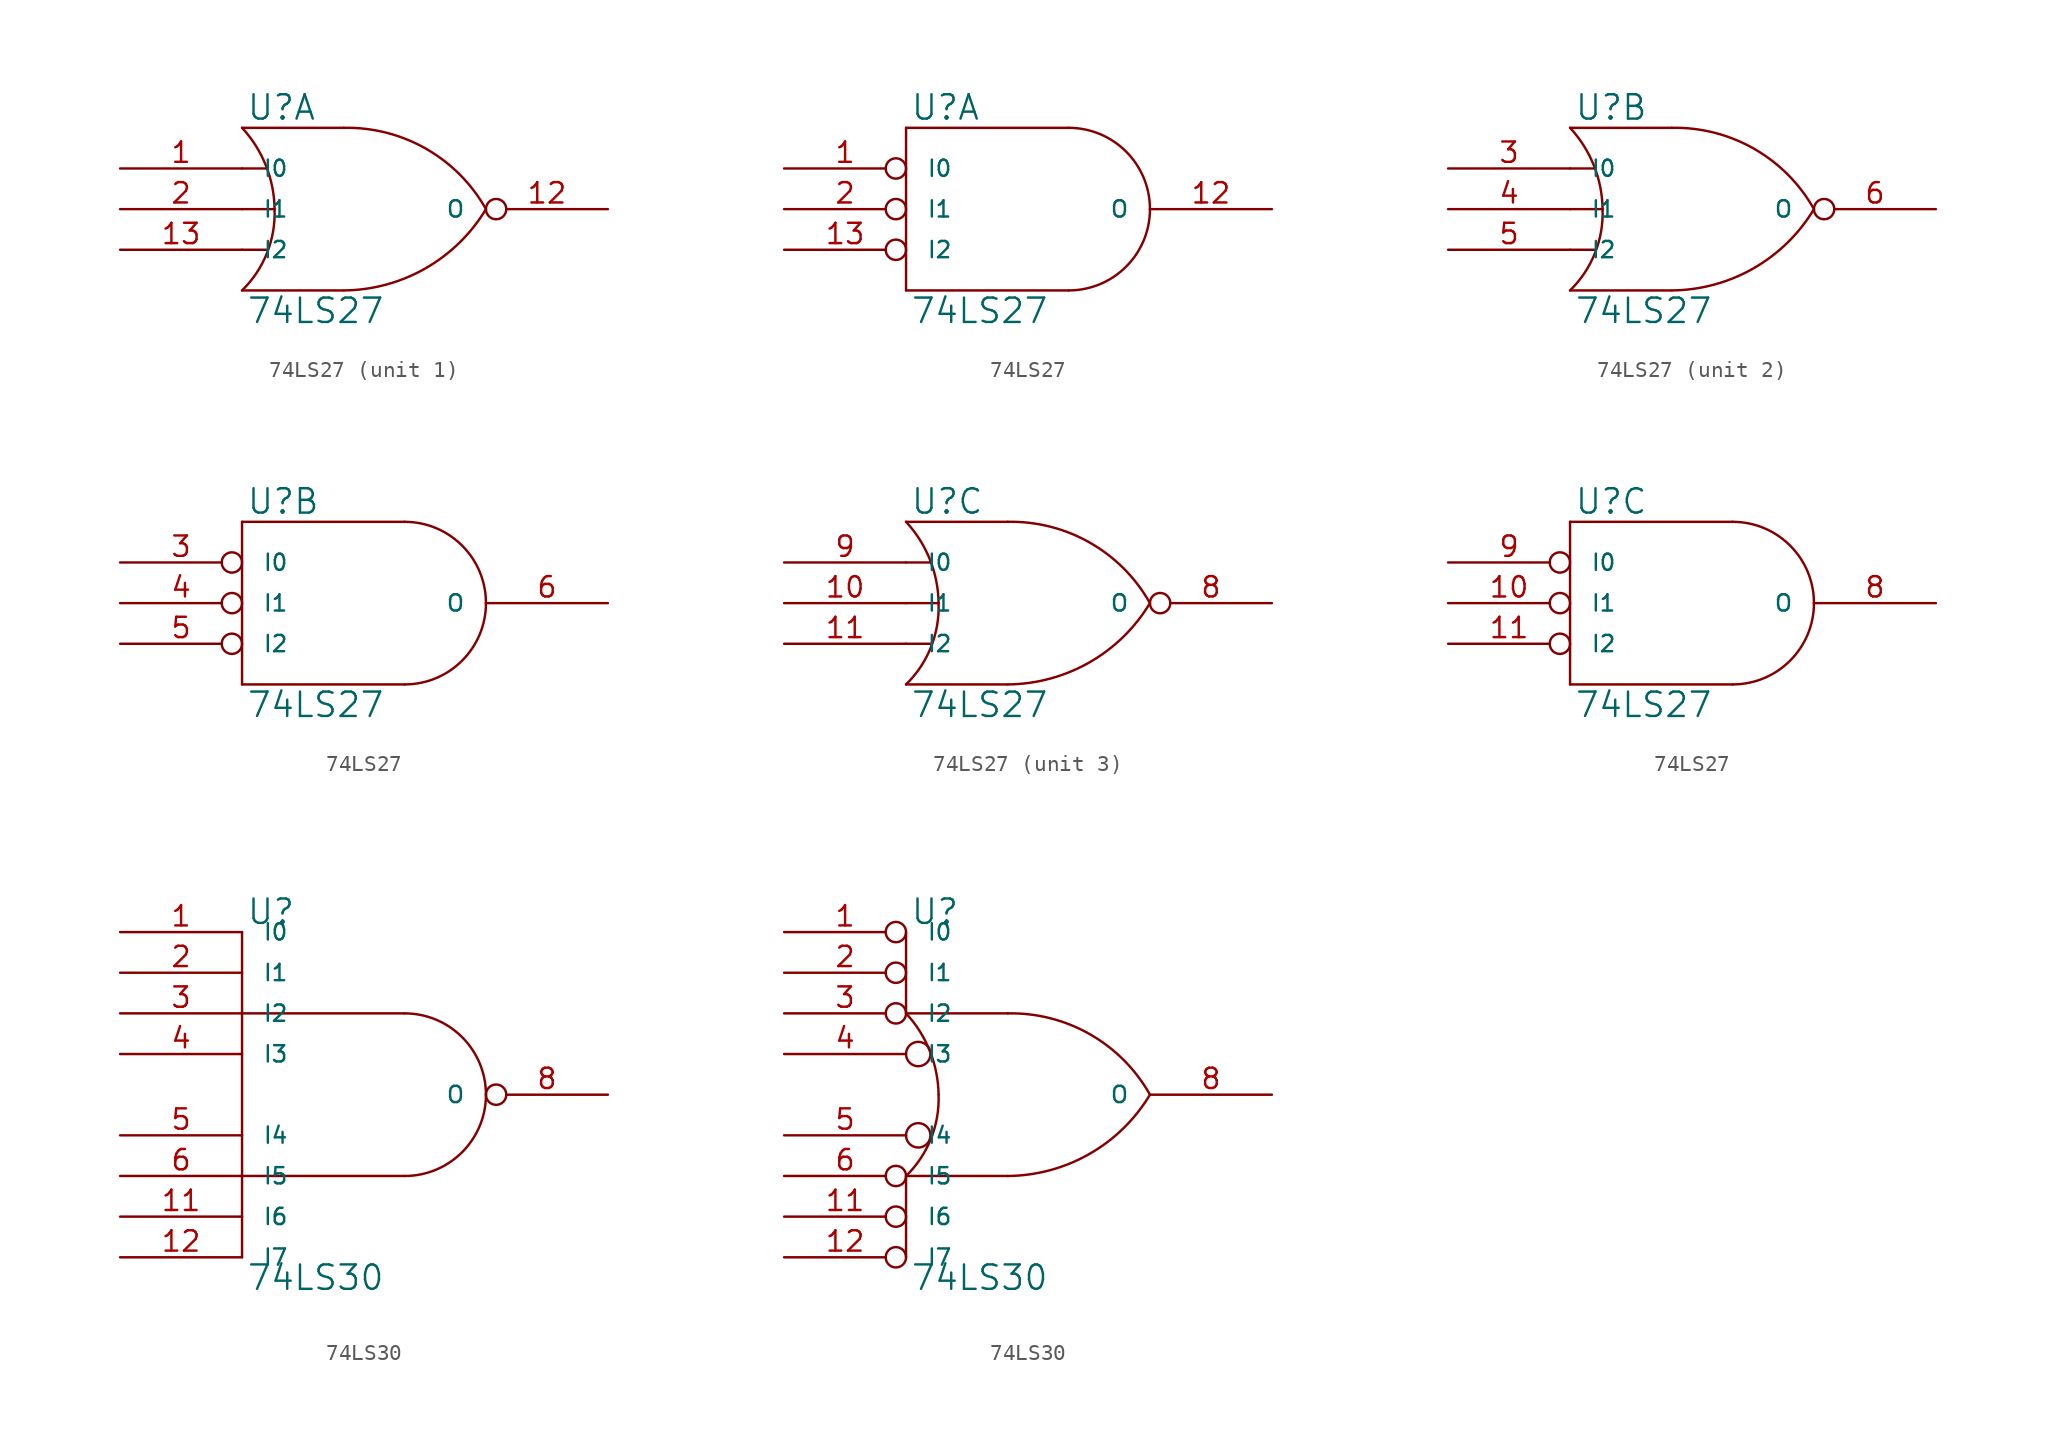
<source format=kicad_sym>
(kicad_symbol_lib
  (version 20231120)
  (generator "kicad_symbol_editor")
  (generator_version "8.0")
  (symbol "74LS27"
    (pin_names
      (offset 1.27))
    (property "Reference" "U"
      (at 0.254 0.381 0)
      (effects (font (size 1.524 1.524)) (justify left bottom)))
    (property "Value" "74LS27"
      (at 0.254 -10.541 0)
      (effects (font (size 1.524 1.524)) (justify left top)))
    (symbol "74LS27_0_1"
      (arc (start 0 -10.16) (mid 1.5573 -7.8293) (end 2.032 -5.08) (stroke (width 0) (type solid)) (fill (type none)))
      (polyline (pts (xy 0 -7.62) (xy 1.524 -7.62)) (stroke (width 0) (type solid)) (fill (type none)))
      (polyline (pts (xy 0 -5.08) (xy 2.032 -5.08)) (stroke (width 0) (type solid)) (fill (type none)))
      (polyline (pts (xy 0 -2.54) (xy 1.524 -2.54)) (stroke (width 0) (type solid)) (fill (type none)))
      (polyline (pts (xy 6.35 -10.16) (xy 0 -10.16)) (stroke (width 0) (type solid)) (fill (type none)))
      (polyline (pts (xy 6.35 0) (xy 0 0)) (stroke (width 0) (type solid)) (fill (type none)))
      (arc (start 2.032 -5.08) (mid 1.4906 -2.3584) (end 0 0) (stroke (width 0) (type solid)) (fill (type none)))
      (arc (start 6.35 -10.16) (mid 11.4496 -8.7875) (end 15.24 -5.08) (stroke (width 0) (type solid)) (fill (type none)))
      (arc (start 15.24 -5.08) (mid 11.4893 -1.3041) (end 6.35 0) (stroke (width 0) (type solid)) (fill (type none))))
    (symbol "74LS27_0_2"
      (polyline (pts (xy 0 -10.16) (xy 10.16 -10.16)) (stroke (width 0) (type solid)) (fill (type none)))
      (polyline (pts (xy 0 0) (xy 0 -10.16)) (stroke (width 0) (type solid)) (fill (type none)))
      (polyline (pts (xy 10.16 0) (xy 0 0)) (stroke (width 0) (type solid)) (fill (type none)))
      (arc (start 10.16 -10.16) (mid 13.7521 -8.6721) (end 15.24 -5.08) (stroke (width 0) (type solid)) (fill (type none)))
      (arc (start 15.24 -5.08) (mid 13.7521 -1.4879) (end 10.16 0) (stroke (width 0) (type solid)) (fill (type none))))
    (symbol "74LS27_1_1"
      (pin input line (at -7.62 -2.54 0) (length 7.62) (name "I0" (effects (font (size 1.016 1.016)))) (number "1" (effects (font (size 1.27 1.27)))))
      (pin output inverted (at 22.86 -5.08 180) (length 7.62) (name "O" (effects (font (size 1.016 1.016)))) (number "12" (effects (font (size 1.27 1.27)))))
      (pin input line (at -7.62 -7.62 0) (length 7.62) (name "I2" (effects (font (size 1.016 1.016)))) (number "13" (effects (font (size 1.27 1.27)))))
      (pin power_in line (at 0 0 270) (length 0) hide (name "VCC" (effects (font (size 1.016 1.016)))) (number "14" (effects (font (size 1.27 1.27)))))
      (pin input line (at -7.62 -5.08 0) (length 7.62) (name "I1" (effects (font (size 1.016 1.016)))) (number "2" (effects (font (size 1.27 1.27)))))
      (pin power_in line (at 0 -10.16 90) (length 0) hide (name "GND" (effects (font (size 1.016 1.016)))) (number "7" (effects (font (size 1.27 1.27))))))
    (symbol "74LS27_1_2"
      (pin input inverted (at -7.62 -2.54 0) (length 7.62) (name "I0" (effects (font (size 1.016 1.016)))) (number "1" (effects (font (size 1.27 1.27)))))
      (pin output line (at 22.86 -5.08 180) (length 7.62) (name "O" (effects (font (size 1.016 1.016)))) (number "12" (effects (font (size 1.27 1.27)))))
      (pin input inverted (at -7.62 -7.62 0) (length 7.62) (name "I2" (effects (font (size 1.016 1.016)))) (number "13" (effects (font (size 1.27 1.27)))))
      (pin power_in line (at 0 0 270) (length 0) hide (name "VCC" (effects (font (size 1.016 1.016)))) (number "14" (effects (font (size 1.27 1.27)))))
      (pin input inverted (at -7.62 -5.08 0) (length 7.62) (name "I1" (effects (font (size 1.016 1.016)))) (number "2" (effects (font (size 1.27 1.27)))))
      (pin power_in line (at 0 -10.16 90) (length 0) hide (name "GND" (effects (font (size 1.016 1.016)))) (number "7" (effects (font (size 1.27 1.27))))))
    (symbol "74LS27_2_1"
      (pin power_in line (at 0 0 270) (length 0) hide (name "VCC" (effects (font (size 1.016 1.016)))) (number "14" (effects (font (size 1.27 1.27)))))
      (pin input line (at -7.62 -2.54 0) (length 7.62) (name "I0" (effects (font (size 1.016 1.016)))) (number "3" (effects (font (size 1.27 1.27)))))
      (pin input line (at -7.62 -5.08 0) (length 7.62) (name "I1" (effects (font (size 1.016 1.016)))) (number "4" (effects (font (size 1.27 1.27)))))
      (pin input line (at -7.62 -7.62 0) (length 7.62) (name "I2" (effects (font (size 1.016 1.016)))) (number "5" (effects (font (size 1.27 1.27)))))
      (pin output inverted (at 22.86 -5.08 180) (length 7.62) (name "O" (effects (font (size 1.016 1.016)))) (number "6" (effects (font (size 1.27 1.27)))))
      (pin power_in line (at 0 -10.16 90) (length 0) hide (name "GND" (effects (font (size 1.016 1.016)))) (number "7" (effects (font (size 1.27 1.27))))))
    (symbol "74LS27_2_2"
      (pin power_in line (at 0 0 270) (length 0) hide (name "VCC" (effects (font (size 1.016 1.016)))) (number "14" (effects (font (size 1.27 1.27)))))
      (pin input inverted (at -7.62 -2.54 0) (length 7.62) (name "I0" (effects (font (size 1.016 1.016)))) (number "3" (effects (font (size 1.27 1.27)))))
      (pin input inverted (at -7.62 -5.08 0) (length 7.62) (name "I1" (effects (font (size 1.016 1.016)))) (number "4" (effects (font (size 1.27 1.27)))))
      (pin input inverted (at -7.62 -7.62 0) (length 7.62) (name "I2" (effects (font (size 1.016 1.016)))) (number "5" (effects (font (size 1.27 1.27)))))
      (pin output line (at 22.86 -5.08 180) (length 7.62) (name "O" (effects (font (size 1.016 1.016)))) (number "6" (effects (font (size 1.27 1.27)))))
      (pin power_in line (at 0 -10.16 90) (length 0) hide (name "GND" (effects (font (size 1.016 1.016)))) (number "7" (effects (font (size 1.27 1.27))))))
    (symbol "74LS27_3_1"
      (pin input line (at -7.62 -5.08 0) (length 7.62) (name "I1" (effects (font (size 1.016 1.016)))) (number "10" (effects (font (size 1.27 1.27)))))
      (pin input line (at -7.62 -7.62 0) (length 7.62) (name "I2" (effects (font (size 1.016 1.016)))) (number "11" (effects (font (size 1.27 1.27)))))
      (pin power_in line (at 0 0 270) (length 0) hide (name "VCC" (effects (font (size 1.016 1.016)))) (number "14" (effects (font (size 1.27 1.27)))))
      (pin power_in line (at 0 -10.16 90) (length 0) hide (name "GND" (effects (font (size 1.016 1.016)))) (number "7" (effects (font (size 1.27 1.27)))))
      (pin output inverted (at 22.86 -5.08 180) (length 7.62) (name "O" (effects (font (size 1.016 1.016)))) (number "8" (effects (font (size 1.27 1.27)))))
      (pin input line (at -7.62 -2.54 0) (length 7.62) (name "I0" (effects (font (size 1.016 1.016)))) (number "9" (effects (font (size 1.27 1.27))))))
    (symbol "74LS27_3_2"
      (pin input inverted (at -7.62 -5.08 0) (length 7.62) (name "I1" (effects (font (size 1.016 1.016)))) (number "10" (effects (font (size 1.27 1.27)))))
      (pin input inverted (at -7.62 -7.62 0) (length 7.62) (name "I2" (effects (font (size 1.016 1.016)))) (number "11" (effects (font (size 1.27 1.27)))))
      (pin power_in line (at 0 0 270) (length 0) hide (name "VCC" (effects (font (size 1.016 1.016)))) (number "14" (effects (font (size 1.27 1.27)))))
      (pin power_in line (at 0 -10.16 90) (length 0) hide (name "GND" (effects (font (size 1.016 1.016)))) (number "7" (effects (font (size 1.27 1.27)))))
      (pin output line (at 22.86 -5.08 180) (length 7.62) (name "O" (effects (font (size 1.016 1.016)))) (number "8" (effects (font (size 1.27 1.27)))))
      (pin input inverted (at -7.62 -2.54 0) (length 7.62) (name "I0" (effects (font (size 1.016 1.016)))) (number "9" (effects (font (size 1.27 1.27)))))))
  (symbol "74LS30"
    (pin_names
      (offset 1.27))
    (property "Reference" "U"
      (at 0.254 0.381 0)
      (effects (font (size 1.524 1.524)) (justify left bottom)))
    (property "Value" "74LS30"
      (at 0.254 -20.701 0)
      (effects (font (size 1.524 1.524)) (justify left top)))
    (symbol "74LS30_0_1"
      (polyline (pts (xy 0 -15.24) (xy 10.16 -15.24)) (stroke (width 0) (type solid)) (fill (type none)))
      (polyline (pts (xy 0 0) (xy 0 -20.32)) (stroke (width 0) (type solid)) (fill (type none)))
      (polyline (pts (xy 10.16 -5.08) (xy 0 -5.08)) (stroke (width 0) (type solid)) (fill (type none)))
      (arc (start 10.16 -15.24) (mid 13.7521 -13.7521) (end 15.24 -10.16) (stroke (width 0) (type solid)) (fill (type none)))
      (arc (start 15.24 -10.16) (mid 13.7521 -6.5679) (end 10.16 -5.08) (stroke (width 0) (type solid)) (fill (type none))))
    (symbol "74LS30_0_2"
      (arc (start 0 -15.24) (mid 1.5573 -12.9093) (end 2.032 -10.16) (stroke (width 0) (type solid)) (fill (type none)))
      (polyline (pts (xy 0 -15.24) (xy 0 -20.32)) (stroke (width 0) (type solid)) (fill (type none)))
      (polyline (pts (xy 0 0) (xy 0 -5.08)) (stroke (width 0) (type solid)) (fill (type none)))
      (polyline (pts (xy 6.35 -15.24) (xy 0 -15.24)) (stroke (width 0) (type solid)) (fill (type none)))
      (polyline (pts (xy 6.35 -5.08) (xy 0 -5.08)) (stroke (width 0) (type solid)) (fill (type none)))
      (circle (center 0.762 -12.7) (radius 0.762) (stroke (width 0) (type solid)) (fill (type none)))
      (circle (center 0.762 -7.62) (radius 0.762) (stroke (width 0) (type solid)) (fill (type none)))
      (arc (start 2.032 -10.16) (mid 1.4906 -7.4384) (end 0 -5.08) (stroke (width 0) (type solid)) (fill (type none)))
      (arc (start 6.35 -15.24) (mid 11.4496 -13.8675) (end 15.24 -10.16) (stroke (width 0) (type solid)) (fill (type none)))
      (arc (start 15.24 -10.16) (mid 11.4893 -6.3841) (end 6.35 -5.08) (stroke (width 0) (type solid)) (fill (type none))))
    (symbol "74LS30_1_1"
      (pin input line (at -7.62 0 0) (length 7.62) (name "I0" (effects (font (size 1.016 1.016)))) (number "1" (effects (font (size 1.27 1.27)))))
      (pin input line (at -7.62 -17.78 0) (length 7.62) (name "I6" (effects (font (size 1.016 1.016)))) (number "11" (effects (font (size 1.27 1.27)))))
      (pin input line (at -7.62 -20.32 0) (length 7.62) (name "I7" (effects (font (size 1.016 1.016)))) (number "12" (effects (font (size 1.27 1.27)))))
      (pin power_in line (at 0 0 270) (length 0) hide (name "VCC" (effects (font (size 1.016 1.016)))) (number "14" (effects (font (size 1.27 1.27)))))
      (pin input line (at -7.62 -2.54 0) (length 7.62) (name "I1" (effects (font (size 1.016 1.016)))) (number "2" (effects (font (size 1.27 1.27)))))
      (pin input line (at -7.62 -5.08 0) (length 7.62) (name "I2" (effects (font (size 1.016 1.016)))) (number "3" (effects (font (size 1.27 1.27)))))
      (pin input line (at -7.62 -7.62 0) (length 7.62) (name "I3" (effects (font (size 1.016 1.016)))) (number "4" (effects (font (size 1.27 1.27)))))
      (pin input line (at -7.62 -12.7 0) (length 7.62) (name "I4" (effects (font (size 1.016 1.016)))) (number "5" (effects (font (size 1.27 1.27)))))
      (pin input line (at -7.62 -15.24 0) (length 7.62) (name "I5" (effects (font (size 1.016 1.016)))) (number "6" (effects (font (size 1.27 1.27)))))
      (pin power_in line (at 0 -20.32 90) (length 0) hide (name "GND" (effects (font (size 1.016 1.016)))) (number "7" (effects (font (size 1.27 1.27)))))
      (pin output inverted (at 22.86 -10.16 180) (length 7.62) (name "O" (effects (font (size 1.016 1.016)))) (number "8" (effects (font (size 1.27 1.27))))))
    (symbol "74LS30_1_2"
      (pin input inverted (at -7.62 0 0) (length 7.62) (name "I0" (effects (font (size 1.016 1.016)))) (number "1" (effects (font (size 1.27 1.27)))))
      (pin input inverted (at -7.62 -17.78 0) (length 7.62) (name "I6" (effects (font (size 1.016 1.016)))) (number "11" (effects (font (size 1.27 1.27)))))
      (pin input inverted (at -7.62 -20.32 0) (length 7.62) (name "I7" (effects (font (size 1.016 1.016)))) (number "12" (effects (font (size 1.27 1.27)))))
      (pin power_in line (at 0 0 270) (length 0) hide (name "VCC" (effects (font (size 1.016 1.016)))) (number "14" (effects (font (size 1.27 1.27)))))
      (pin input inverted (at -7.62 -2.54 0) (length 7.62) (name "I1" (effects (font (size 1.016 1.016)))) (number "2" (effects (font (size 1.27 1.27)))))
      (pin input inverted (at -7.62 -5.08 0) (length 7.62) (name "I2" (effects (font (size 1.016 1.016)))) (number "3" (effects (font (size 1.27 1.27)))))
      (pin input line (at -7.62 -7.62 0) (length 7.62) (name "I3" (effects (font (size 1.016 1.016)))) (number "4" (effects (font (size 1.27 1.27)))))
      (pin input line (at -7.62 -12.7 0) (length 7.62) (name "I4" (effects (font (size 1.016 1.016)))) (number "5" (effects (font (size 1.27 1.27)))))
      (pin input inverted (at -7.62 -15.24 0) (length 7.62) (name "I5" (effects (font (size 1.016 1.016)))) (number "6" (effects (font (size 1.27 1.27)))))
      (pin power_in line (at 0 -20.32 90) (length 0) hide (name "GND" (effects (font (size 1.016 1.016)))) (number "7" (effects (font (size 1.27 1.27)))))
      (pin output line (at 22.86 -10.16 180) (length 7.62) (name "O" (effects (font (size 1.016 1.016)))) (number "8" (effects (font (size 1.27 1.27))))))))
</source>
